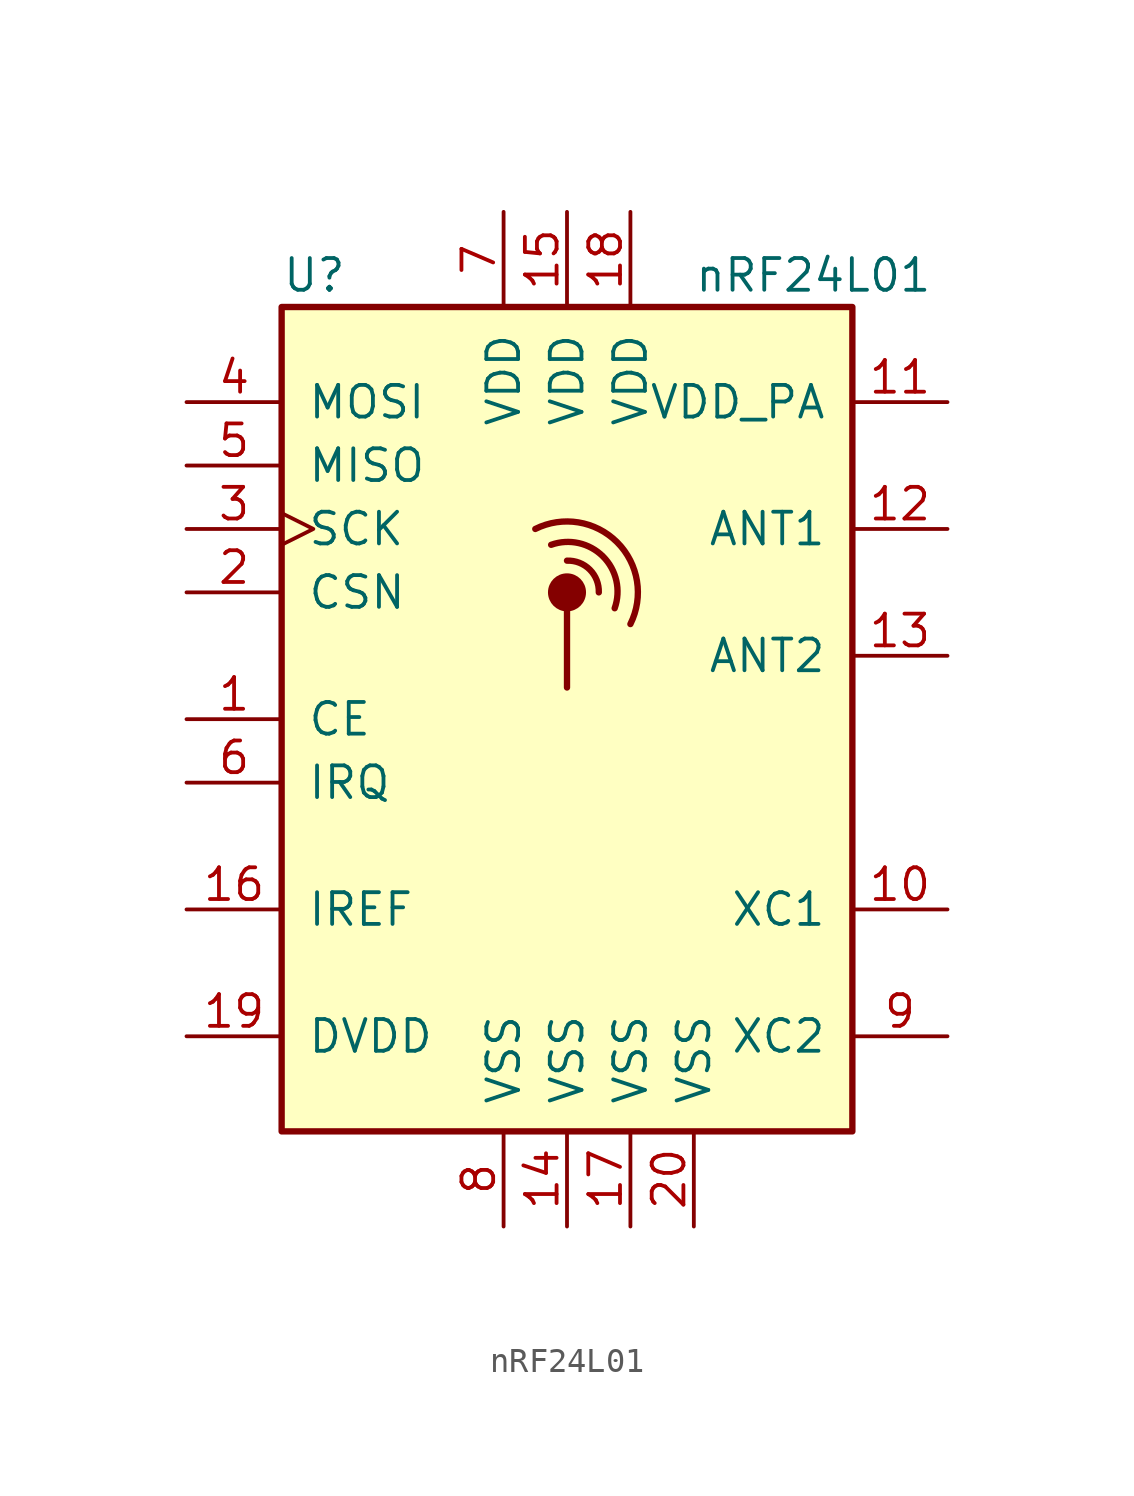
<source format=kicad_sym>
(kicad_symbol_lib
  (version 20211014)
  (generator kicad_symbol_editor)
  (symbol "nRF24L01"
    (pin_names
      (offset 1.016))
    (property "Reference" "U"
      (at -11.43 17.78 0)
      (effects (font (size 1.27 1.27)) (justify left)))
    (property "Value" "nRF24L01"
      (at 5.08 17.78 0)
      (effects (font (size 1.27 1.27)) (justify left)))
    (symbol "nRF24L01_0_1"
      (rectangle (start -11.43 16.51) (end 11.43 -16.51) (stroke (width 0.254) (type default) (color 0 0 0 0)) (fill (type background)))
      (polyline (pts (xy 0 4.445) (xy 0 1.27)) (stroke (width 0.254) (type default) (color 0 0 0 0)) (fill (type none)))
      (circle (center 0 5.08) (radius 0.635) (stroke (width 0.254) (type default) (color 0 0 0 0)) (fill (type outline)))
      (arc (start 1.27 5.08) (mid 0.9071 5.9946) (end 0 6.35) (stroke (width 0.254) (type default) (color 0 0 0 0)) (fill (type none)))
      (arc (start 1.905 4.445) (mid 1.4313 6.5254) (end -0.635 6.985) (stroke (width 0.254) (type default) (color 0 0 0 0)) (fill (type none)))
      (arc (start 2.54 3.81) (mid 2.008 7.088) (end -1.27 7.62) (stroke (width 0.254) (type default) (color 0 0 0 0)) (fill (type none)))
      (rectangle (start 11.43 -13.97) (end 11.43 -13.97) (stroke (width 0) (type default) (color 0 0 0 0)) (fill (type none))))
    (symbol "nRF24L01_1_1"
      (pin input line (at -15.24 0 0) (length 3.81) (name "CE" (effects (font (size 1.27 1.27)))) (number "1" (effects (font (size 1.27 1.27)))))
      (pin passive line (at 15.24 -7.62 180) (length 3.81) (name "XC1" (effects (font (size 1.27 1.27)))) (number "10" (effects (font (size 1.27 1.27)))))
      (pin power_out line (at 15.24 12.7 180) (length 3.81) (name "VDD_PA" (effects (font (size 1.27 1.27)))) (number "11" (effects (font (size 1.27 1.27)))))
      (pin passive line (at 15.24 7.62 180) (length 3.81) (name "ANT1" (effects (font (size 1.27 1.27)))) (number "12" (effects (font (size 1.27 1.27)))))
      (pin passive line (at 15.24 2.54 180) (length 3.81) (name "ANT2" (effects (font (size 1.27 1.27)))) (number "13" (effects (font (size 1.27 1.27)))))
      (pin power_in line (at 0 -20.32 90) (length 3.81) (name "VSS" (effects (font (size 1.27 1.27)))) (number "14" (effects (font (size 1.27 1.27)))))
      (pin power_in line (at 0 20.32 270) (length 3.81) (name "VDD" (effects (font (size 1.27 1.27)))) (number "15" (effects (font (size 1.27 1.27)))))
      (pin passive line (at -15.24 -7.62 0) (length 3.81) (name "IREF" (effects (font (size 1.27 1.27)))) (number "16" (effects (font (size 1.27 1.27)))))
      (pin power_in line (at 2.54 -20.32 90) (length 3.81) (name "VSS" (effects (font (size 1.27 1.27)))) (number "17" (effects (font (size 1.27 1.27)))))
      (pin power_in line (at 2.54 20.32 270) (length 3.81) (name "VDD" (effects (font (size 1.27 1.27)))) (number "18" (effects (font (size 1.27 1.27)))))
      (pin power_out line (at -15.24 -12.7 0) (length 3.81) (name "DVDD" (effects (font (size 1.27 1.27)))) (number "19" (effects (font (size 1.27 1.27)))))
      (pin input line (at -15.24 5.08 0) (length 3.81) (name "CSN" (effects (font (size 1.27 1.27)))) (number "2" (effects (font (size 1.27 1.27)))))
      (pin power_in line (at 5.08 -20.32 90) (length 3.81) (name "VSS" (effects (font (size 1.27 1.27)))) (number "20" (effects (font (size 1.27 1.27)))))
      (pin input clock (at -15.24 7.62 0) (length 3.81) (name "SCK" (effects (font (size 1.27 1.27)))) (number "3" (effects (font (size 1.27 1.27)))))
      (pin input line (at -15.24 12.7 0) (length 3.81) (name "MOSI" (effects (font (size 1.27 1.27)))) (number "4" (effects (font (size 1.27 1.27)))))
      (pin output line (at -15.24 10.16 0) (length 3.81) (name "MISO" (effects (font (size 1.27 1.27)))) (number "5" (effects (font (size 1.27 1.27)))))
      (pin output line (at -15.24 -2.54 0) (length 3.81) (name "IRQ" (effects (font (size 1.27 1.27)))) (number "6" (effects (font (size 1.27 1.27)))))
      (pin power_in line (at -2.54 20.32 270) (length 3.81) (name "VDD" (effects (font (size 1.27 1.27)))) (number "7" (effects (font (size 1.27 1.27)))))
      (pin power_in line (at -2.54 -20.32 90) (length 3.81) (name "VSS" (effects (font (size 1.27 1.27)))) (number "8" (effects (font (size 1.27 1.27)))))
      (pin passive line (at 15.24 -12.7 180) (length 3.81) (name "XC2" (effects (font (size 1.27 1.27)))) (number "9" (effects (font (size 1.27 1.27))))))))
</source>
